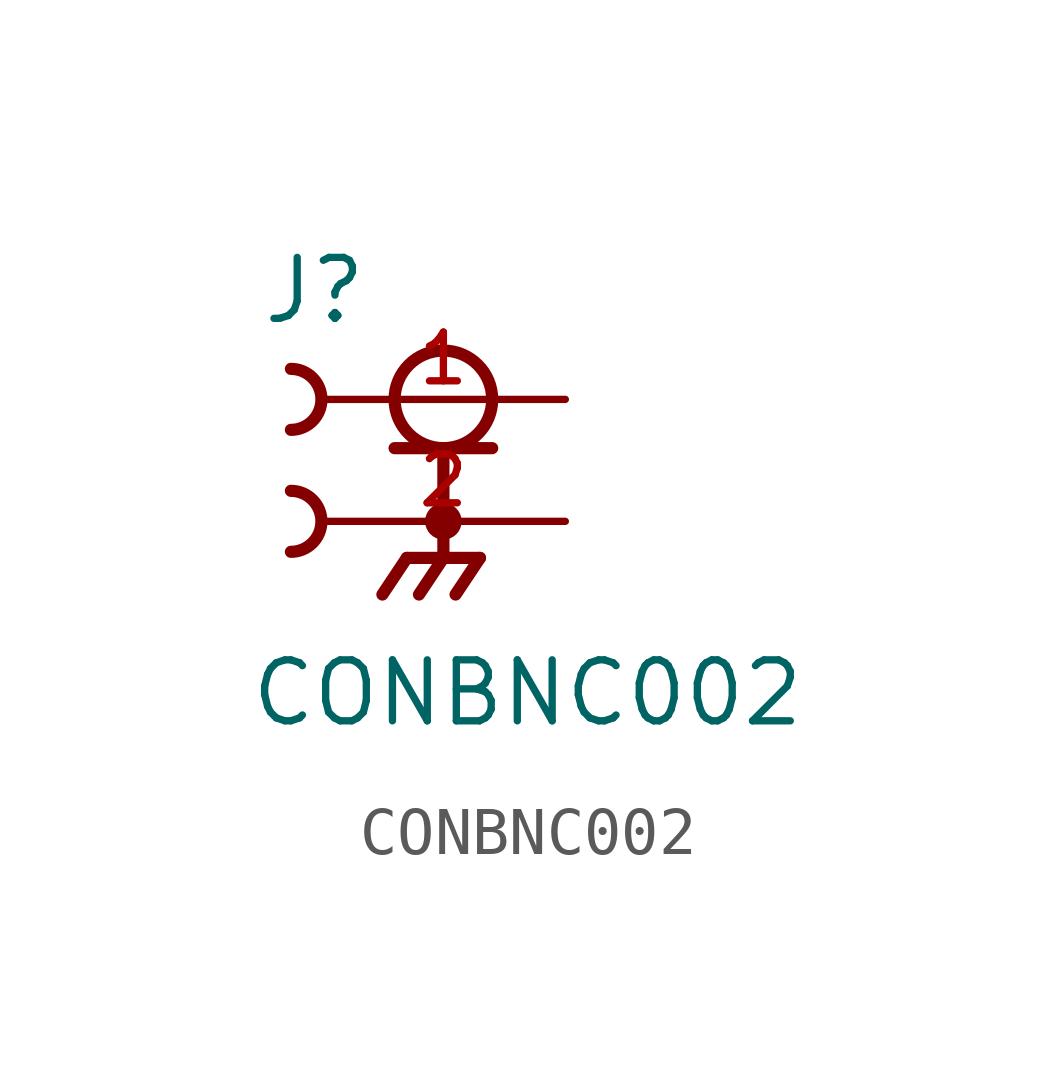
<source format=kicad_sym>
(kicad_symbol_lib
  (version 20211014)
  (generator kicad_symbol_editor)
  (symbol "CONBNC002"
    (pin_names
      (offset 1.016))
    (property "Reference" "J"
      (at -3.81 1.524 0)
      (effects (font (size 1.27 1.27)) (justify bottom left)))
    (property "Value" "CONBNC002"
      (at -4.064 -6.858 0)
      (effects (font (size 1.27 1.27)) (justify bottom left)))
    (symbol "CONBNC002_0_0"
      (circle (center 0.0 0.0) (radius 1.016) (stroke (width 0.254)) (fill (type none)))
      (polyline (pts (xy -1.016 -1.016) (xy 0.0 -1.016)) (stroke (width 0.254)))
      (polyline (pts (xy 0.0 -1.016) (xy 1.016 -1.016)) (stroke (width 0.254)))
      (polyline (pts (xy 0.0 -1.016) (xy 0.0 -3.302)) (stroke (width 0.254)))
      (circle (center 0.0 -2.54) (radius 0.254) (stroke (width 0.254)) (fill (type none)))
      (polyline (pts (xy 0.0 -3.302) (xy -0.762 -3.302)) (stroke (width 0.254)))
      (polyline (pts (xy 0.0 -3.302) (xy 0.762 -3.302)) (stroke (width 0.254)))
      (polyline (pts (xy -0.762 -3.302) (xy -1.27 -4.064)) (stroke (width 0.254)))
      (polyline (pts (xy 0.0 -3.302) (xy -0.508 -4.064)) (stroke (width 0.254)))
      (polyline (pts (xy 0.762 -3.302) (xy 0.254 -4.064)) (stroke (width 0.254)))
      (arc (start -3.175 0.635) (mid -2.54 -0.0) (end -3.175 -0.635) (stroke (width 0.254) (type default) (color 0 0 0 0)) (fill (type none)))
      (arc (start -3.175 -1.905) (mid -2.54 -2.54) (end -3.175 -3.175) (stroke (width 0.254) (type default) (color 0 0 0 0)) (fill (type none)))
      (pin passive line (at 2.54 0.0 180.0) (length 5.08) (name "~" (effects (font (size 1.016 1.016)))) (number "1" (effects (font (size 1.016 1.016)))))
      (pin passive line (at 2.54 -2.54 180.0) (length 5.08) (name "~" (effects (font (size 1.016 1.016)))) (number "2" (effects (font (size 1.016 1.016))))))))
</source>
